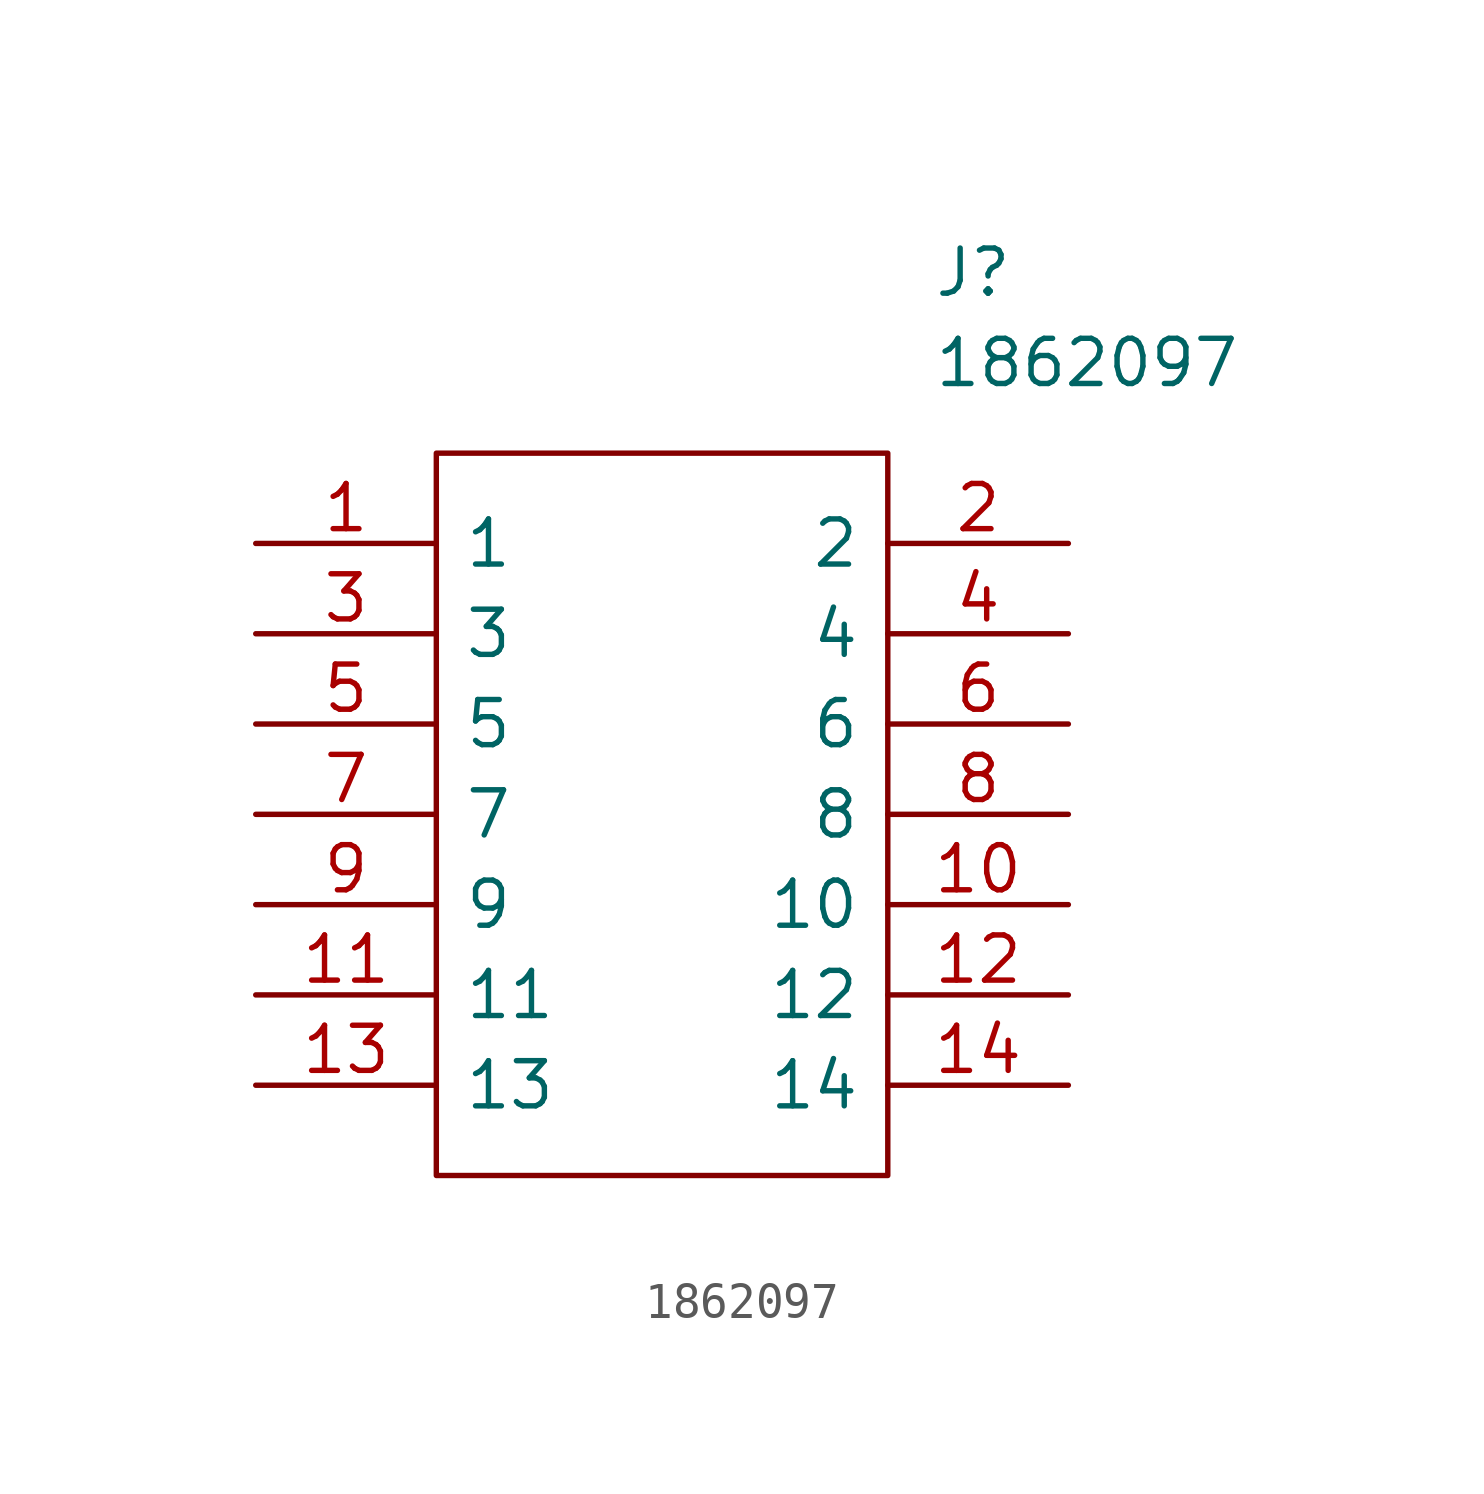
<source format=kicad_sym>
(kicad_symbol_lib
  (version 20211014)
  (generator kicad_symbol_editor)
  (symbol "1862097"
    (pin_names
      (offset 0.762))
    (property "Reference" "J"
      (at 19.05 7.62 0)
      (effects (font (size 1.27 1.27)) (justify left)))
    (property "Value" "1862097"
      (at 19.05 5.08 0)
      (effects (font (size 1.27 1.27)) (justify left)))
    (symbol "1862097_0_0"
      (pin passive line (at 0 0 0) (length 5.08) (name "1" (effects (font (size 1.27 1.27)))) (number "1" (effects (font (size 1.27 1.27)))))
      (pin passive line (at 22.86 -10.16 180) (length 5.08) (name "10" (effects (font (size 1.27 1.27)))) (number "10" (effects (font (size 1.27 1.27)))))
      (pin passive line (at 0 -12.7 0) (length 5.08) (name "11" (effects (font (size 1.27 1.27)))) (number "11" (effects (font (size 1.27 1.27)))))
      (pin passive line (at 22.86 -12.7 180) (length 5.08) (name "12" (effects (font (size 1.27 1.27)))) (number "12" (effects (font (size 1.27 1.27)))))
      (pin passive line (at 0 -15.24 0) (length 5.08) (name "13" (effects (font (size 1.27 1.27)))) (number "13" (effects (font (size 1.27 1.27)))))
      (pin passive line (at 22.86 -15.24 180) (length 5.08) (name "14" (effects (font (size 1.27 1.27)))) (number "14" (effects (font (size 1.27 1.27)))))
      (pin passive line (at 22.86 0 180) (length 5.08) (name "2" (effects (font (size 1.27 1.27)))) (number "2" (effects (font (size 1.27 1.27)))))
      (pin passive line (at 0 -2.54 0) (length 5.08) (name "3" (effects (font (size 1.27 1.27)))) (number "3" (effects (font (size 1.27 1.27)))))
      (pin passive line (at 22.86 -2.54 180) (length 5.08) (name "4" (effects (font (size 1.27 1.27)))) (number "4" (effects (font (size 1.27 1.27)))))
      (pin passive line (at 0 -5.08 0) (length 5.08) (name "5" (effects (font (size 1.27 1.27)))) (number "5" (effects (font (size 1.27 1.27)))))
      (pin passive line (at 22.86 -5.08 180) (length 5.08) (name "6" (effects (font (size 1.27 1.27)))) (number "6" (effects (font (size 1.27 1.27)))))
      (pin passive line (at 0 -7.62 0) (length 5.08) (name "7" (effects (font (size 1.27 1.27)))) (number "7" (effects (font (size 1.27 1.27)))))
      (pin passive line (at 22.86 -7.62 180) (length 5.08) (name "8" (effects (font (size 1.27 1.27)))) (number "8" (effects (font (size 1.27 1.27)))))
      (pin passive line (at 0 -10.16 0) (length 5.08) (name "9" (effects (font (size 1.27 1.27)))) (number "9" (effects (font (size 1.27 1.27))))))
    (symbol "1862097_0_1"
      (polyline (pts (xy 5.08 2.54) (xy 17.78 2.54) (xy 17.78 -17.78) (xy 5.08 -17.78) (xy 5.08 2.54)) (stroke (width 0.152) (type default) (color 0 0 0 0)) (fill (type none))))))
</source>
